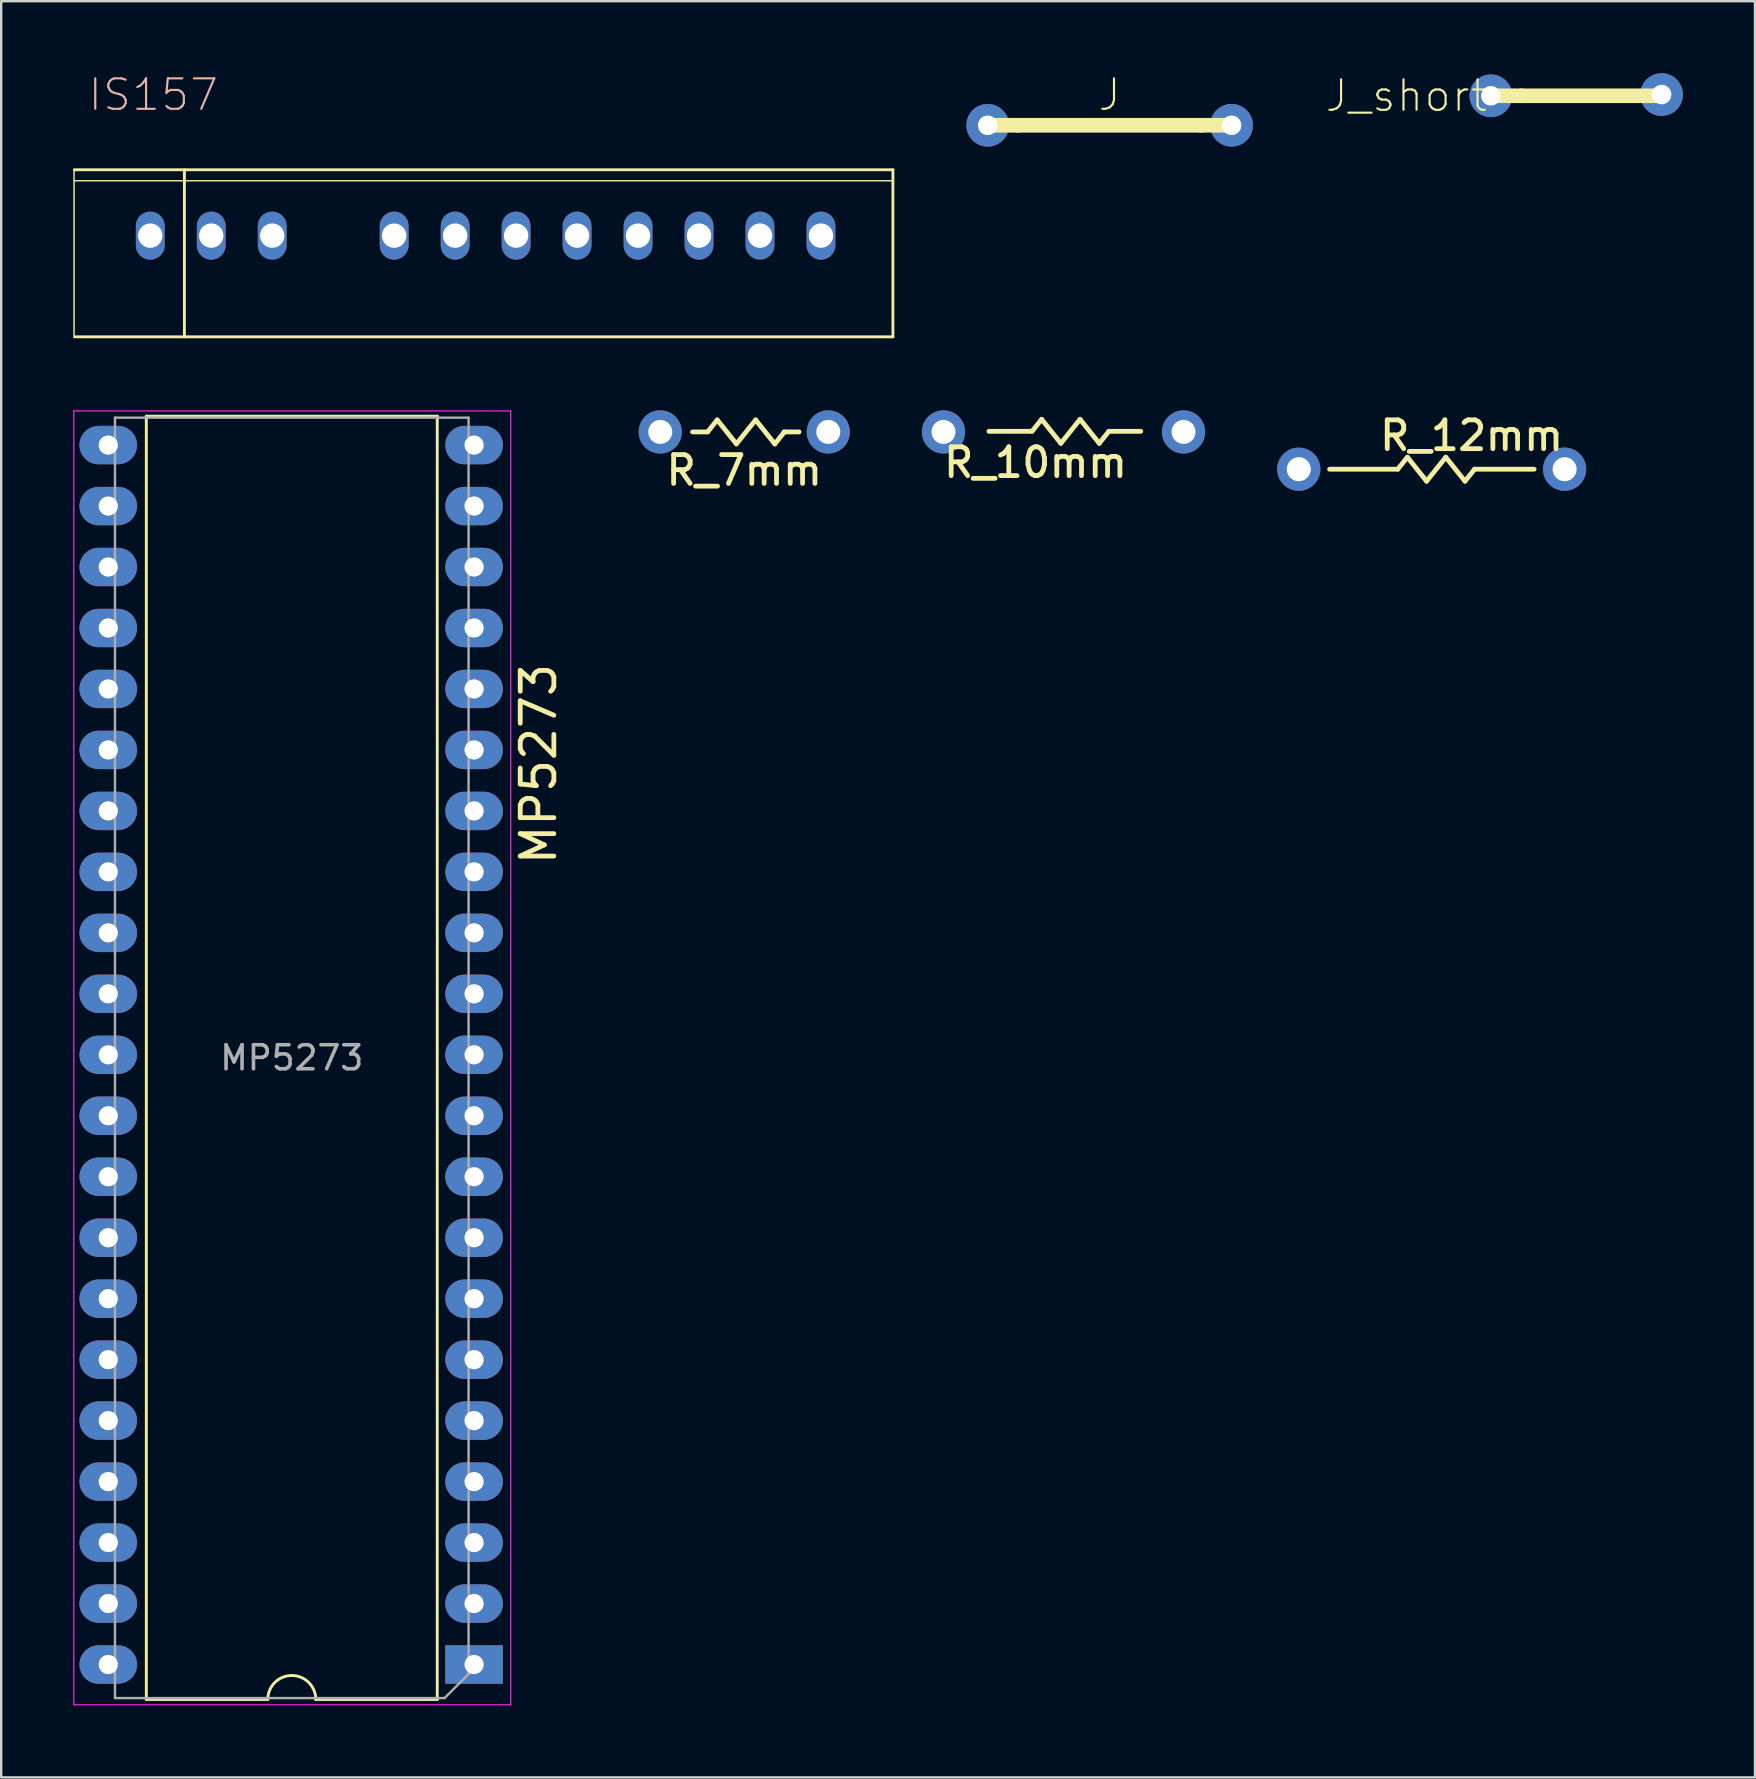
<source format=kicad_pcb>
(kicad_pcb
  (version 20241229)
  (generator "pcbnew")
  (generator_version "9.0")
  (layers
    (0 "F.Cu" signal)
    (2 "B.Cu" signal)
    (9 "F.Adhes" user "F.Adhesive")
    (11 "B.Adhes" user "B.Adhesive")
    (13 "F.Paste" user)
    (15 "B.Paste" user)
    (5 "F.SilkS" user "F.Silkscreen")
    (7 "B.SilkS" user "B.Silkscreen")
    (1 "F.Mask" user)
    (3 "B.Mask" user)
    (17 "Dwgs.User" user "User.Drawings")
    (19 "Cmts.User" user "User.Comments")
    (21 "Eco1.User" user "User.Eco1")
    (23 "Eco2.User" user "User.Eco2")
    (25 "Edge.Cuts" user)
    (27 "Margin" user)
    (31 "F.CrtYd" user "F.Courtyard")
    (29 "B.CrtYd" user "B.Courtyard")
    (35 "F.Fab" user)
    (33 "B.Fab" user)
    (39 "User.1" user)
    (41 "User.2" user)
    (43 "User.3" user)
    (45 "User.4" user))
  (footprint "MP5273"
    (layer "F.Cu")
    (at 1.46 15.491)
    (property "Reference" "MP5273" (at 17.925 13.287 270) (layer "F.SilkS") (effects (font (size 1.4 1.4) (thickness 0.2))))
    (attr through_hole)
    (fp_line (start 1.585 -1.203) (end 1.585 52.257) (stroke (width 0.12) (type solid)) (layer "F.SilkS"))
    (fp_line (start 1.585 52.257) (end 6.645 52.257) (stroke (width 0.12) (type solid)) (layer "F.SilkS"))
    (fp_line (start 8.645 52.257) (end 13.705 52.257) (stroke (width 0.12) (type solid)) (layer "F.SilkS"))
    (fp_line (start 13.705 -1.203) (end 1.585 -1.203) (stroke (width 0.12) (type solid)) (layer "F.SilkS"))
    (fp_line (start 13.705 52.257) (end 13.705 -1.203) (stroke (width 0.12) (type solid)) (layer "F.SilkS"))
    (fp_arc (start 6.6454 52.257) (mid 7.6454 51.257) (end 8.6454 52.257) (stroke (width 0.12) (type solid)) (layer "F.SilkS"))
    (fp_line (start -1.435 -1.423) (end -1.435 52.477) (stroke (width 0.05) (type solid)) (layer "F.CrtYd"))
    (fp_line (start -1.435 52.477) (end 16.765 52.477) (stroke (width 0.05) (type solid)) (layer "F.CrtYd"))
    (fp_line (start 16.765 -1.423) (end -1.435 -1.423) (stroke (width 0.05) (type solid)) (layer "F.CrtYd"))
    (fp_line (start 16.765 52.477) (end 16.765 -1.423) (stroke (width 0.05) (type solid)) (layer "F.CrtYd"))
    (fp_line (start 0.28 -1.143) (end 15.01 -1.143) (stroke (width 0.1) (type solid)) (layer "F.Fab"))
    (fp_line (start 0.28 52.197) (end 0.28 -1.143) (stroke (width 0.1) (type solid)) (layer "F.Fab"))
    (fp_line (start 14.01 52.197) (end 0.28 52.197) (stroke (width 0.1) (type solid)) (layer "F.Fab"))
    (fp_line (start 15.01 -1.143) (end 15.01 51.197) (stroke (width 0.1) (type solid)) (layer "F.Fab"))
    (fp_line (start 15.01 51.197) (end 14.01 52.197) (stroke (width 0.1) (type solid)) (layer "F.Fab"))
    (fp_text user "${REFERENCE}" (at 7.645 25.527 180) (layer "F.Fab") (effects (font (size 1 1) (thickness 0.15))))
    (pad "1" thru_hole oval (at 15.24 48.26) (size 2.4 1.6) (drill 0.8) (layers "*.Cu" "*.Mask"))
    (pad "2" thru_hole oval (at 15.24 45.72) (size 2.4 1.6) (drill 0.8) (layers "*.Cu" "*.Mask"))
    (pad "3" thru_hole oval (at 15.24 43.18) (size 2.4 1.6) (drill 0.8) (layers "*.Cu" "*.Mask"))
    (pad "4" thru_hole oval (at 15.24 40.64) (size 2.4 1.6) (drill 0.8) (layers "*.Cu" "*.Mask"))
    (pad "5" thru_hole oval (at 15.24 38.1) (size 2.4 1.6) (drill 0.8) (layers "*.Cu" "*.Mask"))
    (pad "6" thru_hole oval (at 15.24 35.56) (size 2.4 1.6) (drill 0.8) (layers "*.Cu" "*.Mask"))
    (pad "7" thru_hole oval (at 15.24 33.02) (size 2.4 1.6) (drill 0.8) (layers "*.Cu" "*.Mask"))
    (pad "8" thru_hole oval (at 15.24 30.48) (size 2.4 1.6) (drill 0.8) (layers "*.Cu" "*.Mask"))
    (pad "9" thru_hole oval (at 15.24 27.94) (size 2.4 1.6) (drill 0.8) (layers "*.Cu" "*.Mask"))
    (pad "10" thru_hole oval (at 15.24 25.4) (size 2.4 1.6) (drill 0.8) (layers "*.Cu" "*.Mask"))
    (pad "11" thru_hole oval (at 15.24 22.86) (size 2.4 1.6) (drill 0.8) (layers "*.Cu" "*.Mask"))
    (pad "12" thru_hole oval (at 15.24 20.32) (size 2.4 1.6) (drill 0.8) (layers "*.Cu" "*.Mask"))
    (pad "13" thru_hole oval (at 15.24 17.78) (size 2.4 1.6) (drill 0.8) (layers "*.Cu" "*.Mask"))
    (pad "14" thru_hole oval (at 15.24 15.24) (size 2.4 1.6) (drill 0.8) (layers "*.Cu" "*.Mask"))
    (pad "15" thru_hole oval (at 15.24 12.7) (size 2.4 1.6) (drill 0.8) (layers "*.Cu" "*.Mask"))
    (pad "16" thru_hole oval (at 15.24 10.16) (size 2.4 1.6) (drill 0.8) (layers "*.Cu" "*.Mask"))
    (pad "17" thru_hole oval (at 15.24 7.62) (size 2.4 1.6) (drill 0.8) (layers "*.Cu" "*.Mask"))
    (pad "18" thru_hole oval (at 15.24 5.08) (size 2.4 1.6) (drill 0.8) (layers "*.Cu" "*.Mask"))
    (pad "19" thru_hole oval (at 15.24 2.54) (size 2.4 1.6) (drill 0.8) (layers "*.Cu" "*.Mask"))
    (pad "20" thru_hole oval (at 15.24 0) (size 2.4 1.6) (drill 0.8) (layers "*.Cu" "*.Mask"))
    (pad "21" thru_hole oval (at 0 0) (size 2.4 1.6) (drill 0.8) (layers "*.Cu" "*.Mask"))
    (pad "22" thru_hole oval (at 0 2.54) (size 2.4 1.6) (drill 0.8) (layers "*.Cu" "*.Mask"))
    (pad "23" thru_hole oval (at 0 5.08) (size 2.4 1.6) (drill 0.8) (layers "*.Cu" "*.Mask"))
    (pad "24" thru_hole oval (at 0 7.62) (size 2.4 1.6) (drill 0.8) (layers "*.Cu" "*.Mask"))
    (pad "25" thru_hole oval (at 0 10.16) (size 2.4 1.6) (drill 0.8) (layers "*.Cu" "*.Mask"))
    (pad "26" thru_hole oval (at 0 12.7) (size 2.4 1.6) (drill 0.8) (layers "*.Cu" "*.Mask"))
    (pad "27" thru_hole oval (at 0 15.24) (size 2.4 1.6) (drill 0.8) (layers "*.Cu" "*.Mask"))
    (pad "28" thru_hole oval (at 0 17.78) (size 2.4 1.6) (drill 0.8) (layers "*.Cu" "*.Mask"))
    (pad "29" thru_hole oval (at 0 20.32) (size 2.4 1.6) (drill 0.8) (layers "*.Cu" "*.Mask"))
    (pad "30" thru_hole oval (at 0 22.86) (size 2.4 1.6) (drill 0.8) (layers "*.Cu" "*.Mask"))
    (pad "31" thru_hole oval (at 0 25.4) (size 2.4 1.6) (drill 0.8) (layers "*.Cu" "*.Mask"))
    (pad "32" thru_hole oval (at 0 27.94) (size 2.4 1.6) (drill 0.8) (layers "*.Cu" "*.Mask"))
    (pad "33" thru_hole oval (at 0 30.48) (size 2.4 1.6) (drill 0.8) (layers "*.Cu" "*.Mask"))
    (pad "34" thru_hole oval (at 0 33.02) (size 2.4 1.6) (drill 0.8) (layers "*.Cu" "*.Mask"))
    (pad "35" thru_hole oval (at 0 35.56) (size 2.4 1.6) (drill 0.8) (layers "*.Cu" "*.Mask"))
    (pad "36" thru_hole oval (at 0 38.1) (size 2.4 1.6) (drill 0.8) (layers "*.Cu" "*.Mask"))
    (pad "37" thru_hole oval (at 0 40.64) (size 2.4 1.6) (drill 0.8) (layers "*.Cu" "*.Mask"))
    (pad "38" thru_hole oval (at 0 43.18) (size 2.4 1.6) (drill 0.8) (layers "*.Cu" "*.Mask"))
    (pad "39" thru_hole oval (at 0 45.72) (size 2.4 1.6) (drill 0.8) (layers "*.Cu" "*.Mask"))
    (pad "40" thru_hole oval (at 0 48.26) (size 2.4 1.6) (drill 0.8) (layers "*.Cu" "*.Mask"))
    (pad "NC1" thru_hole rect (at 15.24 50.8) (size 2.4 1.6) (drill 0.8) (layers "*.Cu" "*.Mask"))
    (pad "NC2" thru_hole oval (at 0 50.8) (size 2.4 1.6) (drill 0.8) (layers "*.Cu" "*.Mask")))
  (footprint "R_7mm"
    (layer "F.Cu")
    (at 24.455 14.943)
    (property "Reference" "R_7mm" (at 3.5 1.6 180) (layer "F.SilkS") (effects (font (size 1.2 1.2) (thickness 0.2))))
    (attr through_hole)
    (fp_line (start 1.973 0) (end 1.346 0) (stroke (width 0.2) (type solid)) (layer "F.SilkS"))
    (fp_line (start 1.973 0) (end 2.373 -0.5) (stroke (width 0.2) (type solid)) (layer "F.SilkS"))
    (fp_line (start 2.373 -0.5) (end 3.173 0.5) (stroke (width 0.2) (type solid)) (layer "F.SilkS"))
    (fp_line (start 3.173 0.5) (end 3.973 -0.5) (stroke (width 0.2) (type solid)) (layer "F.SilkS"))
    (fp_line (start 3.973 -0.5) (end 4.773 0.5) (stroke (width 0.2) (type solid)) (layer "F.SilkS"))
    (fp_line (start 4.773 0.5) (end 5.173 0) (stroke (width 0.2) (type solid)) (layer "F.SilkS"))
    (fp_line (start 5.782 0) (end 5.155 0) (stroke (width 0.2) (type solid)) (layer "F.SilkS"))
    (pad "1" thru_hole circle (at 0 0) (size 1.8 1.8) (drill 1) (layers "*.Cu" "*.Mask"))
    (pad "2" thru_hole oval (at 7 0) (size 1.8 1.8) (drill 1) (layers "*.Cu" "*.Mask")))
  (footprint "IS157"
    (layer "F.Cu")
    (at 3.21 6.766)
    (property "Reference" "IS157" (at 0.127 -5.867 0) (layer "B.SilkS") (effects (font (size 1.27 1.27) (thickness 0.089))))
    (attr exclude_from_pos_files exclude_from_bom)
    (fp_line (start -3.175 4.191) (end -3.175 -2.769) (stroke (width 0.06) (type solid)) (layer "F.SilkS"))
    (fp_line (start -3.15 -2.743) (end 30.937 -2.743) (stroke (width 0.12) (type solid)) (layer "F.SilkS"))
    (fp_line (start -3.15 -2.286) (end 30.937 -2.286) (stroke (width 0.06) (type solid)) (layer "F.SilkS"))
    (fp_line (start -3.15 4.216) (end 30.937 4.216) (stroke (width 0.12) (type solid)) (layer "F.SilkS"))
    (fp_line (start 1.422 4.216) (end 1.422 -2.743) (stroke (width 0.12) (type solid)) (layer "F.SilkS"))
    (fp_line (start 30.937 4.216) (end 30.937 -2.743) (stroke (width 0.12) (type solid)) (layer "F.SilkS"))
    (pad "1" thru_hole oval (at 0 0) (size 1.2 2) (drill 1.016) (layers "*.Cu" "*.Mask"))
    (pad "2" thru_hole oval (at 2.54 0) (size 1.2 2) (drill 1.016) (layers "*.Cu" "*.Mask"))
    (pad "3" thru_hole oval (at 5.08 0) (size 1.2 2) (drill 1.016) (layers "*.Cu" "*.Mask"))
    (pad "4" thru_hole oval (at 10.16 0) (size 1.2 2) (drill 1.016) (layers "*.Cu" "*.Mask"))
    (pad "5" thru_hole oval (at 12.7 0) (size 1.2 2) (drill 1.016) (layers "*.Cu" "*.Mask"))
    (pad "6" thru_hole oval (at 15.24 0) (size 1.2 2) (drill 1.016) (layers "*.Cu" "*.Mask"))
    (pad "7" thru_hole oval (at 17.78 0) (size 1.2 2) (drill 1.016) (layers "*.Cu" "*.Mask"))
    (pad "8" thru_hole oval (at 20.32 0) (size 1.2 2) (drill 1.016) (layers "*.Cu" "*.Mask"))
    (pad "9" thru_hole oval (at 22.86 0) (size 1.2 2) (drill 1.016) (layers "*.Cu" "*.Mask"))
    (pad "10" thru_hole oval (at 25.4 0) (size 1.2 2) (drill 1.016) (layers "*.Cu" "*.Mask"))
    (pad "11" thru_hole oval (at 27.94 0) (size 1.2 2) (drill 1.016) (layers "*.Cu" "*.Mask")))
  (footprint "J"
    (layer "F.Cu")
    (at 43.176 2.169)
    (property "Reference" "J" (at 0 -1.27 0) (layer "F.SilkS") (effects (font (size 1.27 1.27) (thickness 0.089))))
    (attr exclude_from_pos_files exclude_from_bom)
    (fp_line (start -5.08 0) (end -3.81 0) (stroke (width 0.61) (type solid)) (layer "F.SilkS"))
    (fp_line (start -3.81 0) (end 3.81 0) (stroke (width 0.61) (type solid)) (layer "F.SilkS"))
    (fp_line (start 5.08 0) (end 3.81 0) (stroke (width 0.61) (type solid)) (layer "F.SilkS"))
    (pad "1" thru_hole circle (at -5.08 0) (size 1.778 1.778) (drill 0.813) (layers "*.Cu" "*.Mask"))
    (pad "2" thru_hole circle (at 5.08 0) (size 1.778 1.778) (drill 0.813) (layers "*.Cu" "*.Mask")))
  (footprint "R_12mm"
    (layer "F.Cu")
    (at 51.055 16.496)
    (property "Reference" "R_12mm" (at 7.2 -1.4 0) (layer "F.SilkS") (effects (font (size 1.2 1.2) (thickness 0.2))))
    (attr through_hole)
    (fp_line (start 4.124 0) (end 1.284 0) (stroke (width 0.2) (type solid)) (layer "F.SilkS"))
    (fp_line (start 4.124 0) (end 4.524 -0.5) (stroke (width 0.2) (type solid)) (layer "F.SilkS"))
    (fp_line (start 4.524 -0.5) (end 5.324 0.5) (stroke (width 0.2) (type solid)) (layer "F.SilkS"))
    (fp_line (start 5.324 0.5) (end 6.124 -0.5) (stroke (width 0.2) (type solid)) (layer "F.SilkS"))
    (fp_line (start 6.124 -0.5) (end 6.924 0.5) (stroke (width 0.2) (type solid)) (layer "F.SilkS"))
    (fp_line (start 6.924 0.5) (end 7.324 0) (stroke (width 0.2) (type solid)) (layer "F.SilkS"))
    (fp_line (start 7.324 0) (end 9.804 0) (stroke (width 0.2) (type solid)) (layer "F.SilkS"))
    (pad "1" thru_hole circle (at 0 0) (size 1.8 1.8) (drill 1) (layers "*.Cu" "*.Mask"))
    (pad "2" thru_hole oval (at 11.074 0) (size 1.8 1.8) (drill 1) (layers "*.Cu" "*.Mask")))
  (footprint "R_10mm"
    (layer "F.Cu")
    (at 36.255 14.943)
    (property "Reference" "R_10mm" (at 3.834 1.275 0) (layer "F.SilkS") (effects (font (size 1.2 1.2) (thickness 0.2))))
    (attr through_hole)
    (fp_line (start 3.688 -0.025) (end 1.892 -0.025) (stroke (width 0.2) (type solid)) (layer "F.SilkS"))
    (fp_line (start 3.688 -0.025) (end 4.088 -0.525) (stroke (width 0.2) (type solid)) (layer "F.SilkS"))
    (fp_line (start 4.088 -0.525) (end 4.888 0.475) (stroke (width 0.2) (type solid)) (layer "F.SilkS"))
    (fp_line (start 4.888 0.475) (end 5.688 -0.525) (stroke (width 0.2) (type solid)) (layer "F.SilkS"))
    (fp_line (start 5.688 -0.525) (end 6.488 0.475) (stroke (width 0.2) (type solid)) (layer "F.SilkS"))
    (fp_line (start 6.488 0.475) (end 6.888 -0.025) (stroke (width 0.2) (type solid)) (layer "F.SilkS"))
    (fp_line (start 6.888 -0.025) (end 8.217 -0.025) (stroke (width 0.2) (type solid)) (layer "F.SilkS"))
    (pad "1" thru_hole circle (at 0 0) (size 1.8 1.8) (drill 1) (layers "*.Cu" "*.Mask"))
    (pad "2" thru_hole oval (at 10 0) (size 1.8 1.8) (drill 1) (layers "*.Cu" "*.Mask")))
  (footprint "J_short"
    (layer "F.Cu")
    (at 64.138 0.94)
    (property "Reference" "J_short" (at -8.6 0 0) (layer "F.SilkS") (effects (font (size 1.27 1.27) (thickness 0.089))))
    (attr exclude_from_pos_files exclude_from_bom)
    (fp_line (start -5.08 0) (end -3.81 0) (stroke (width 0.61) (type solid)) (layer "F.SilkS"))
    (fp_line (start -3.81 0) (end 1.753 0) (stroke (width 0.61) (type solid)) (layer "F.SilkS"))
    (pad "1" thru_hole circle (at -5.08 0) (size 1.778 1.778) (drill 0.813) (layers "*.Cu" "*.Mask"))
    (pad "2" thru_hole circle (at 2.032 -0.051) (size 1.778 1.778) (drill 0.813) (layers "*.Cu" "*.Mask")))
  (gr_rect
    (start -3 -3)
    (end 70.059 70.993)
    (stroke (width 0.1) (type default))
    (fill no)
    (layer "Edge.Cuts")))
</source>
